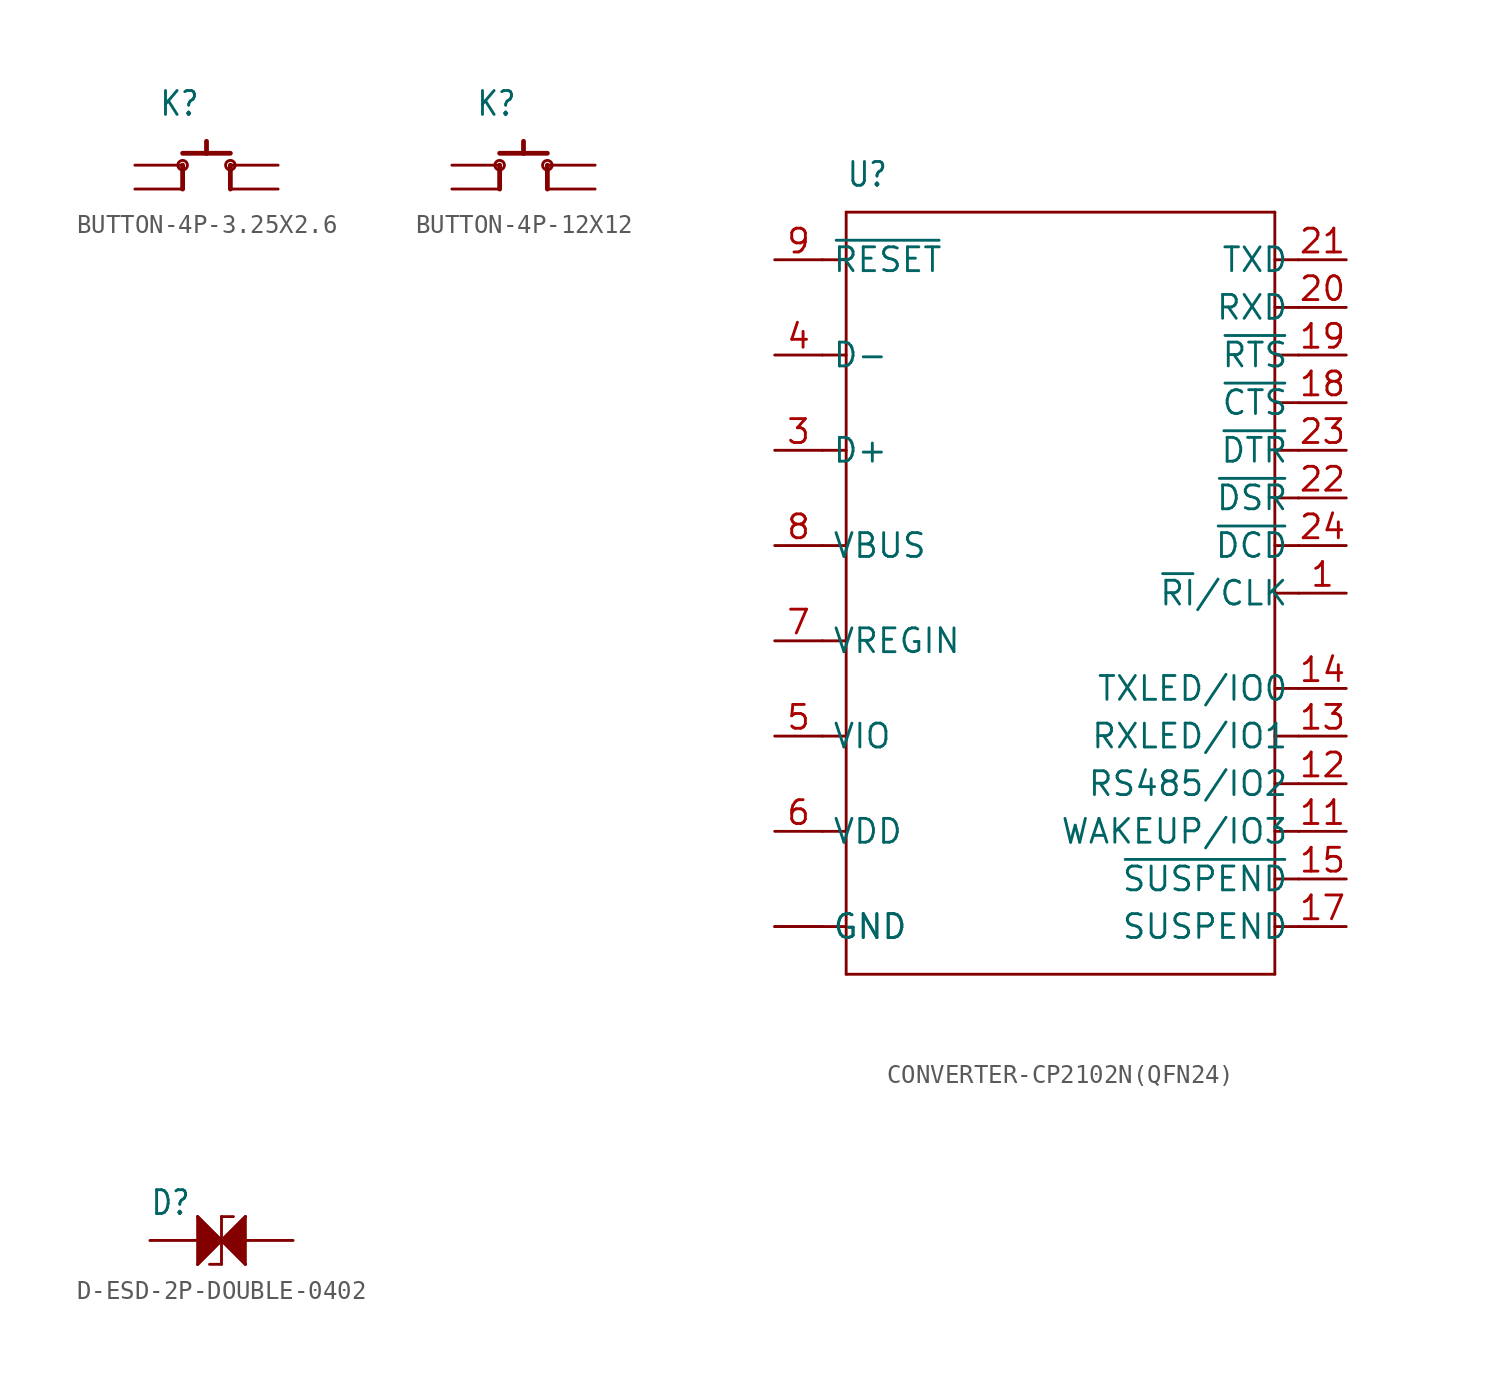
<source format=kicad_sym>
(kicad_symbol_lib
  (version 20220914)
  (generator kicad_symbol_editor)
  (symbol "BUTTON-4P-3.25X2.6"
    (property "Reference" "K"
      (at -2.54 2.54 0)
      (effects (font (size 1.27 1.079)) (justify left bottom)))
    (property "Value" ""
      (at -2.54 1.27 0)
      (effects (font (size 1.27 1.079)) (justify left bottom)))
    (property "ki_locked" ""
      (at 0 0 0)
      (effects (font (size 1.27 1.27))))
    (symbol "BUTTON-4P-3.25X2.6_1_0"
      (circle (center -1.27 0) (radius 0.254) (stroke (width 0) (type solid)) (fill (type none)))
      (polyline (pts (xy -1.27 -1.27) (xy -1.27 0)) (stroke (width 0.254) (type solid)) (fill (type none)))
      (polyline (pts (xy -1.27 0.635) (xy 0 0.635)) (stroke (width 0.254) (type solid)) (fill (type none)))
      (polyline (pts (xy 0 0.635) (xy 0 1.27)) (stroke (width 0.254) (type solid)) (fill (type none)))
      (polyline (pts (xy 0 0.635) (xy 1.27 0.635)) (stroke (width 0.254) (type solid)) (fill (type none)))
      (polyline (pts (xy 1.27 0) (xy 1.27 -1.27)) (stroke (width 0.254) (type solid)) (fill (type none)))
      (circle (center 1.27 0) (radius 0.254) (stroke (width 0) (type solid)) (fill (type none)))
      (pin bidirectional line (at -3.81 0 0) (length 2.54) (name "A0" (effects (font (size 0 0)))) (number "1" (effects (font (size 0 0)))))
      (pin bidirectional line (at 3.81 0 180) (length 2.54) (name "B0" (effects (font (size 0 0)))) (number "2" (effects (font (size 0 0)))))
      (pin bidirectional line (at 3.81 -1.27 180) (length 2.54) (name "B1" (effects (font (size 0 0)))) (number "3" (effects (font (size 0 0)))))
      (pin bidirectional line (at -3.81 -1.27 0) (length 2.54) (name "A1" (effects (font (size 0 0)))) (number "4" (effects (font (size 0 0)))))))
  (symbol "BUTTON-4P-12X12"
    (property "Reference" "K"
      (at -2.54 2.54 0)
      (effects (font (size 1.27 1.079)) (justify left bottom)))
    (property "Value" ""
      (at -2.54 1.27 0)
      (effects (font (size 1.27 1.079)) (justify left bottom)))
    (property "ki_locked" ""
      (at 0 0 0)
      (effects (font (size 1.27 1.27))))
    (symbol "BUTTON-4P-12X12_1_0"
      (circle (center -1.27 0) (radius 0.254) (stroke (width 0) (type solid)) (fill (type none)))
      (polyline (pts (xy -1.27 -1.27) (xy -1.27 0)) (stroke (width 0.254) (type solid)) (fill (type none)))
      (polyline (pts (xy -1.27 0.635) (xy 0 0.635)) (stroke (width 0.254) (type solid)) (fill (type none)))
      (polyline (pts (xy 0 0.635) (xy 0 1.27)) (stroke (width 0.254) (type solid)) (fill (type none)))
      (polyline (pts (xy 0 0.635) (xy 1.27 0.635)) (stroke (width 0.254) (type solid)) (fill (type none)))
      (polyline (pts (xy 1.27 0) (xy 1.27 -1.27)) (stroke (width 0.254) (type solid)) (fill (type none)))
      (circle (center 1.27 0) (radius 0.254) (stroke (width 0) (type solid)) (fill (type none)))
      (pin bidirectional line (at -3.81 0 0) (length 2.54) (name "A0" (effects (font (size 0 0)))) (number "1" (effects (font (size 0 0)))))
      (pin bidirectional line (at 3.81 0 180) (length 2.54) (name "B0" (effects (font (size 0 0)))) (number "2" (effects (font (size 0 0)))))
      (pin bidirectional line (at 3.81 -1.27 180) (length 2.54) (name "B1" (effects (font (size 0 0)))) (number "3" (effects (font (size 0 0)))))
      (pin bidirectional line (at -3.81 -1.27 0) (length 2.54) (name "A1" (effects (font (size 0 0)))) (number "4" (effects (font (size 0 0)))))))
  (symbol "CONVERTER-CP2102N(QFN24)"
    (property "Reference" "U"
      (at -10.16 21.59 0)
      (effects (font (size 1.27 1.079)) (justify left bottom)))
    (property "Value" ""
      (at -10.16 20.32 0)
      (effects (font (size 1.27 1.079)) (justify left bottom)))
    (property "ki_locked" ""
      (at 0 0 0)
      (effects (font (size 1.27 1.27))))
    (symbol "CONVERTER-CP2102N(QFN24)_1_0"
      (polyline (pts (xy -11.43 -17.78) (xy -10.16 -17.78)) (stroke (width 0.152) (type solid)) (fill (type none)))
      (polyline (pts (xy -11.43 -12.7) (xy -10.16 -12.7)) (stroke (width 0.152) (type solid)) (fill (type none)))
      (polyline (pts (xy -11.43 -7.62) (xy -10.16 -7.62)) (stroke (width 0.152) (type solid)) (fill (type none)))
      (polyline (pts (xy -11.43 -2.54) (xy -10.16 -2.54)) (stroke (width 0.152) (type solid)) (fill (type none)))
      (polyline (pts (xy -11.43 2.54) (xy -10.16 2.54)) (stroke (width 0.152) (type solid)) (fill (type none)))
      (polyline (pts (xy -11.43 7.62) (xy -10.16 7.62)) (stroke (width 0.152) (type solid)) (fill (type none)))
      (polyline (pts (xy -11.43 12.7) (xy -10.16 12.7)) (stroke (width 0.152) (type solid)) (fill (type none)))
      (polyline (pts (xy -11.43 17.78) (xy -10.16 17.78)) (stroke (width 0.152) (type solid)) (fill (type none)))
      (polyline (pts (xy -10.16 -20.32) (xy -10.16 20.32)) (stroke (width 0.152) (type solid)) (fill (type none)))
      (polyline (pts (xy -10.16 20.32) (xy 12.7 20.32)) (stroke (width 0.152) (type solid)) (fill (type none)))
      (polyline (pts (xy 12.7 -20.32) (xy -10.16 -20.32)) (stroke (width 0.152) (type solid)) (fill (type none)))
      (polyline (pts (xy 12.7 -17.78) (xy 13.97 -17.78)) (stroke (width 0.152) (type solid)) (fill (type none)))
      (polyline (pts (xy 12.7 2.54) (xy 13.97 2.54)) (stroke (width 0.152) (type solid)) (fill (type none)))
      (polyline (pts (xy 12.7 5.08) (xy 13.97 5.08)) (stroke (width 0.152) (type solid)) (fill (type none)))
      (polyline (pts (xy 12.7 7.62) (xy 13.97 7.62)) (stroke (width 0.152) (type solid)) (fill (type none)))
      (polyline (pts (xy 12.7 10.16) (xy 13.97 10.16)) (stroke (width 0.152) (type solid)) (fill (type none)))
      (polyline (pts (xy 12.7 12.7) (xy 13.97 12.7)) (stroke (width 0.152) (type solid)) (fill (type none)))
      (polyline (pts (xy 12.7 15.24) (xy 13.97 15.24)) (stroke (width 0.152) (type solid)) (fill (type none)))
      (polyline (pts (xy 12.7 17.78) (xy 13.97 17.78)) (stroke (width 0.152) (type solid)) (fill (type none)))
      (polyline (pts (xy 12.7 20.32) (xy 12.7 -20.32)) (stroke (width 0.152) (type solid)) (fill (type none)))
      (polyline (pts (xy 13.97 -15.24) (xy 12.7 -15.24)) (stroke (width 0.152) (type solid)) (fill (type none)))
      (polyline (pts (xy 13.97 -12.7) (xy 12.7 -12.7)) (stroke (width 0.152) (type solid)) (fill (type none)))
      (polyline (pts (xy 13.97 -10.16) (xy 12.7 -10.16)) (stroke (width 0.152) (type solid)) (fill (type none)))
      (polyline (pts (xy 13.97 -7.62) (xy 12.7 -7.62)) (stroke (width 0.152) (type solid)) (fill (type none)))
      (polyline (pts (xy 13.97 -5.08) (xy 12.7 -5.08)) (stroke (width 0.152) (type solid)) (fill (type none)))
      (polyline (pts (xy 13.97 0) (xy 12.7 0)) (stroke (width 0.152) (type solid)) (fill (type none)))
      (pin bidirectional line (at 16.51 0 180) (length 2.54) (name "~{RI}/CLK" (effects (font (size 1.27 1.27)))) (number "1" (effects (font (size 1.27 1.27)))))
      (pin bidirectional line (at 16.51 -12.7 180) (length 2.54) (name "WAKEUP/IO3" (effects (font (size 1.27 1.27)))) (number "11" (effects (font (size 1.27 1.27)))))
      (pin bidirectional line (at 16.51 -10.16 180) (length 2.54) (name "RS485/IO2" (effects (font (size 1.27 1.27)))) (number "12" (effects (font (size 1.27 1.27)))))
      (pin bidirectional line (at 16.51 -7.62 180) (length 2.54) (name "RXLED/IO1" (effects (font (size 1.27 1.27)))) (number "13" (effects (font (size 1.27 1.27)))))
      (pin bidirectional line (at 16.51 -5.08 180) (length 2.54) (name "TXLED/IO0" (effects (font (size 1.27 1.27)))) (number "14" (effects (font (size 1.27 1.27)))))
      (pin bidirectional line (at 16.51 -15.24 180) (length 2.54) (name "~{SUSPEND}" (effects (font (size 1.27 1.27)))) (number "15" (effects (font (size 1.27 1.27)))))
      (pin bidirectional line (at 16.51 -17.78 180) (length 2.54) (name "SUSPEND" (effects (font (size 1.27 1.27)))) (number "17" (effects (font (size 1.27 1.27)))))
      (pin bidirectional line (at 16.51 10.16 180) (length 2.54) (name "~{CTS}" (effects (font (size 1.27 1.27)))) (number "18" (effects (font (size 1.27 1.27)))))
      (pin bidirectional line (at 16.51 12.7 180) (length 2.54) (name "~{RTS}" (effects (font (size 1.27 1.27)))) (number "19" (effects (font (size 1.27 1.27)))))
      (pin bidirectional line (at -13.97 -17.78 0) (length 2.54) (name "GND" (effects (font (size 1.27 1.27)))) (number "2" (effects (font (size 0 0)))))
      (pin bidirectional line (at 16.51 15.24 180) (length 2.54) (name "RXD" (effects (font (size 1.27 1.27)))) (number "20" (effects (font (size 1.27 1.27)))))
      (pin bidirectional line (at 16.51 17.78 180) (length 2.54) (name "TXD" (effects (font (size 1.27 1.27)))) (number "21" (effects (font (size 1.27 1.27)))))
      (pin bidirectional line (at 16.51 5.08 180) (length 2.54) (name "~{DSR}" (effects (font (size 1.27 1.27)))) (number "22" (effects (font (size 1.27 1.27)))))
      (pin bidirectional line (at 16.51 7.62 180) (length 2.54) (name "~{DTR}" (effects (font (size 1.27 1.27)))) (number "23" (effects (font (size 1.27 1.27)))))
      (pin bidirectional line (at 16.51 2.54 180) (length 2.54) (name "~{DCD}" (effects (font (size 1.27 1.27)))) (number "24" (effects (font (size 1.27 1.27)))))
      (pin bidirectional line (at -13.97 7.62 0) (length 2.54) (name "D+" (effects (font (size 1.27 1.27)))) (number "3" (effects (font (size 1.27 1.27)))))
      (pin bidirectional line (at -13.97 12.7 0) (length 2.54) (name "D-" (effects (font (size 1.27 1.27)))) (number "4" (effects (font (size 1.27 1.27)))))
      (pin bidirectional line (at -13.97 -7.62 0) (length 2.54) (name "VIO" (effects (font (size 1.27 1.27)))) (number "5" (effects (font (size 1.27 1.27)))))
      (pin bidirectional line (at -13.97 -12.7 0) (length 2.54) (name "VDD" (effects (font (size 1.27 1.27)))) (number "6" (effects (font (size 1.27 1.27)))))
      (pin bidirectional line (at -13.97 -2.54 0) (length 2.54) (name "VREGIN" (effects (font (size 1.27 1.27)))) (number "7" (effects (font (size 1.27 1.27)))))
      (pin bidirectional line (at -13.97 2.54 0) (length 2.54) (name "VBUS" (effects (font (size 1.27 1.27)))) (number "8" (effects (font (size 1.27 1.27)))))
      (pin bidirectional line (at -13.97 17.78 0) (length 2.54) (name "~{RESET}" (effects (font (size 1.27 1.27)))) (number "9" (effects (font (size 1.27 1.27)))))
      (pin bidirectional line (at -13.97 -17.78 0) (length 2.54) (name "GND" (effects (font (size 1.27 1.27)))) (number "PAD" (effects (font (size 0 0)))))))
  (symbol "D-ESD-2P-DOUBLE-0402"
    (property "Reference" "D"
      (at -3.81 1.27 0)
      (effects (font (size 1.27 1.079)) (justify left bottom)))
    (property "Value" ""
      (at -3.81 0 0)
      (effects (font (size 1.27 1.079)) (justify left bottom)))
    (property "ki_locked" ""
      (at 0 0 0)
      (effects (font (size 1.27 1.27))))
    (symbol "D-ESD-2P-DOUBLE-0402_1_0"
      (polyline (pts (xy -1.27 -1.27) (xy 0 0)) (stroke (width 0.152) (type solid)) (fill (type none)))
      (polyline (pts (xy -1.27 1.27) (xy -1.27 -1.27)) (stroke (width 0.152) (type solid)) (fill (type none)))
      (polyline (pts (xy 0 -1.27) (xy -0.635 -1.27)) (stroke (width 0.152) (type solid)) (fill (type none)))
      (polyline (pts (xy 0 0) (xy -1.27 1.27)) (stroke (width 0.152) (type solid)) (fill (type none)))
      (polyline (pts (xy 0 0) (xy 0 -1.27)) (stroke (width 0.152) (type solid)) (fill (type none)))
      (polyline (pts (xy 0 0) (xy 0 1.27)) (stroke (width 0.152) (type solid)) (fill (type none)))
      (polyline (pts (xy 0 0) (xy 1.27 -1.27)) (stroke (width 0.152) (type solid)) (fill (type none)))
      (polyline (pts (xy 0 1.27) (xy 0.635 1.27)) (stroke (width 0.152) (type solid)) (fill (type none)))
      (polyline (pts (xy 1.27 -1.27) (xy 1.27 1.27)) (stroke (width 0.152) (type solid)) (fill (type none)))
      (polyline (pts (xy 1.27 1.27) (xy 0 0)) (stroke (width 0.152) (type solid)) (fill (type none)))
      (polyline (pts (xy -1.27 1.27) (xy 0 0) (xy -1.27 -1.27)) (stroke (width 0.152) (type solid)) (fill (type outline)))
      (polyline (pts (xy 1.27 -1.27) (xy 0 0) (xy 1.27 1.27)) (stroke (width 0.152) (type solid)) (fill (type outline)))
      (pin bidirectional line (at -3.81 0 0) (length 2.54) (name "1" (effects (font (size 0 0)))) (number "1" (effects (font (size 0 0)))))
      (pin bidirectional line (at 3.81 0 180) (length 2.54) (name "2" (effects (font (size 0 0)))) (number "2" (effects (font (size 0 0))))))))
</source>
